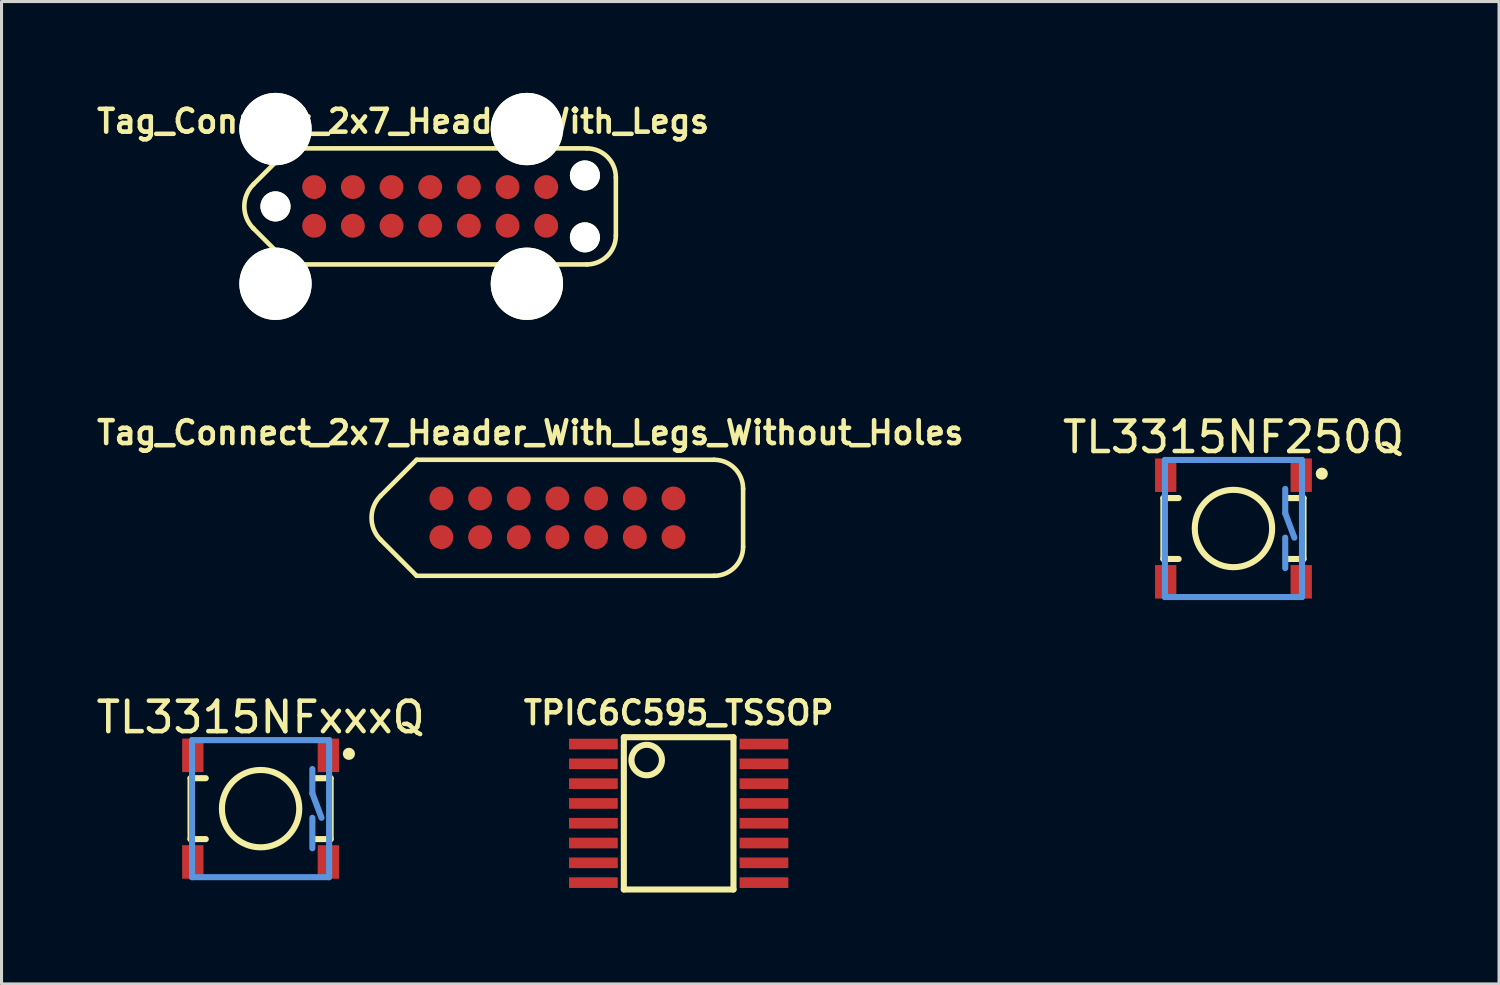
<source format=kicad_pcb>
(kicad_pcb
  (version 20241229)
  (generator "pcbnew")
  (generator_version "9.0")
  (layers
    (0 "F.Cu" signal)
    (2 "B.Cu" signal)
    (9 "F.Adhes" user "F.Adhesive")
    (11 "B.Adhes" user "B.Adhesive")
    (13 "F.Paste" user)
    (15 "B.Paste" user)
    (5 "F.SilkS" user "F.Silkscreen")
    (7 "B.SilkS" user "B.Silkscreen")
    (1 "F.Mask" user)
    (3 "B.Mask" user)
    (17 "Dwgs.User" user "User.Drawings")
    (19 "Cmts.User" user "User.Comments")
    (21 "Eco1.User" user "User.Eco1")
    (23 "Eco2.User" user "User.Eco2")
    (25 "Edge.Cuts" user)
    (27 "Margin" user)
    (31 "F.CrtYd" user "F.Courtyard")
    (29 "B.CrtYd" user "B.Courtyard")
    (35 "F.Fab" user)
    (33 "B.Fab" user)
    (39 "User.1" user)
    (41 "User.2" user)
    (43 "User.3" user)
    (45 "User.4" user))
  (footprint "TPIC6C595_TSSOP"
    (layer "F.Cu")
    (at 19.233 23.655)
    (property "Reference" "TPIC6C595_TSSOP" (at 0 -3.3 0) (layer "F.SilkS") (effects (font (size 0.75 0.75) (thickness 0.15))))
    (attr smd)
    (fp_line (start -1.8 -2.5) (end 1.8 -2.5) (stroke (width 0.2) (type solid)) (layer "F.SilkS"))
    (fp_line (start -1.8 2.5) (end -1.8 -2.5) (stroke (width 0.2) (type solid)) (layer "F.SilkS"))
    (fp_line (start 1.8 -2.5) (end 1.8 2.5) (stroke (width 0.2) (type solid)) (layer "F.SilkS"))
    (fp_line (start 1.8 2.5) (end -1.8 2.5) (stroke (width 0.2) (type solid)) (layer "F.SilkS"))
    (fp_circle (center -1.05 -1.75) (end -0.55 -1.75) (stroke (width 0.2) (type solid)) (fill no) (layer "F.SilkS"))
    (pad "1" smd rect (at -2.8 -2.275) (size 1.6 0.35) (layers "F.Cu" "F.Mask" "F.Paste"))
    (pad "2" smd rect (at -2.8 -1.625) (size 1.6 0.35) (layers "F.Cu" "F.Mask" "F.Paste"))
    (pad "3" smd rect (at -2.8 -0.975) (size 1.6 0.35) (layers "F.Cu" "F.Mask" "F.Paste"))
    (pad "4" smd rect (at -2.8 -0.325) (size 1.6 0.35) (layers "F.Cu" "F.Mask" "F.Paste"))
    (pad "5" smd rect (at -2.8 0.325) (size 1.6 0.35) (layers "F.Cu" "F.Mask" "F.Paste"))
    (pad "6" smd rect (at -2.8 0.975) (size 1.6 0.35) (layers "F.Cu" "F.Mask" "F.Paste"))
    (pad "7" smd rect (at -2.8 1.625) (size 1.6 0.35) (layers "F.Cu" "F.Mask" "F.Paste"))
    (pad "8" smd rect (at -2.8 2.275) (size 1.6 0.35) (layers "F.Cu" "F.Mask" "F.Paste"))
    (pad "9" smd rect (at 2.8 2.275) (size 1.6 0.35) (layers "F.Cu" "F.Mask" "F.Paste"))
    (pad "10" smd rect (at 2.8 1.625) (size 1.6 0.35) (layers "F.Cu" "F.Mask" "F.Paste"))
    (pad "11" smd rect (at 2.8 0.975) (size 1.6 0.35) (layers "F.Cu" "F.Mask" "F.Paste"))
    (pad "12" smd rect (at 2.8 0.325) (size 1.6 0.35) (layers "F.Cu" "F.Mask" "F.Paste"))
    (pad "13" smd rect (at 2.8 -0.325) (size 1.6 0.35) (layers "F.Cu" "F.Mask" "F.Paste"))
    (pad "14" smd rect (at 2.8 -0.975) (size 1.6 0.35) (layers "F.Cu" "F.Mask" "F.Paste"))
    (pad "15" smd rect (at 2.8 -1.625) (size 1.6 0.35) (layers "F.Cu" "F.Mask" "F.Paste"))
    (pad "16" smd rect (at 2.8 -2.275) (size 1.6 0.35) (layers "F.Cu" "F.Mask" "F.Paste")))
  (footprint "Tag_Connect_2x7_Header_With_Legs"
    (layer "F.Cu")
    (at 11.075 3.727)
    (property "Reference" "Tag_Connect_2x7_Header_With_Legs" (at -0.889 -2.794 0) (layer "F.SilkS") (effects (font (size 0.75 0.75) (thickness 0.15))))
    (attr exclude_from_pos_files exclude_from_bom)
    (fp_line (start -5.804 -0.724) (end -4.623 -1.905) (stroke (width 0.15) (type solid)) (layer "F.SilkS"))
    (fp_line (start -5.804 0.724) (end -4.623 1.905) (stroke (width 0.15) (type solid)) (layer "F.SilkS"))
    (fp_line (start 5.144 -1.905) (end -4.623 -1.905) (stroke (width 0.15) (type solid)) (layer "F.SilkS"))
    (fp_line (start 5.144 1.905) (end -4.623 1.905) (stroke (width 0.15) (type solid)) (layer "F.SilkS"))
    (fp_line (start 6.096 -0.953) (end 6.096 0.953) (stroke (width 0.15) (type solid)) (layer "F.SilkS"))
    (fp_arc (start -5.8039 0.7239) (mid -6.103749 0) (end -5.8039 -0.7239) (stroke (width 0.15) (type solid)) (layer "F.SilkS"))
    (fp_arc (start 5.1435 -1.905) (mid 5.817019 -1.626019) (end 6.096 -0.9525) (stroke (width 0.15) (type solid)) (layer "F.SilkS"))
    (fp_arc (start 6.096 0.9525) (mid 5.817019 1.626019) (end 5.1435 1.905) (stroke (width 0.15) (type solid)) (layer "F.SilkS"))
    (pad "" np_thru_hole circle (at -5.08 -2.54) (size 2.375 2.375) (drill 2.375) (layers "*.Cu" "*.Mask" "F.SilkS"))
    (pad "" np_thru_hole circle (at -5.08 0) (size 0.988 0.988) (drill 0.988) (layers "*.Cu" "*.Mask" "F.SilkS"))
    (pad "" np_thru_hole circle (at -5.08 2.54) (size 2.375 2.375) (drill 2.375) (layers "*.Cu" "*.Mask" "F.SilkS"))
    (pad "" np_thru_hole circle (at 3.175 -2.54) (size 2.375 2.375) (drill 2.375) (layers "*.Cu" "*.Mask" "F.SilkS"))
    (pad "" np_thru_hole circle (at 3.175 2.54) (size 2.375 2.375) (drill 2.375) (layers "*.Cu" "*.Mask" "F.SilkS"))
    (pad "" np_thru_hole circle (at 5.08 -1.016) (size 0.986 0.986) (drill 0.986) (layers "*.Cu" "*.Mask" "F.SilkS"))
    (pad "" np_thru_hole circle (at 5.08 1.016) (size 0.986 0.986) (drill 0.986) (layers "*.Cu" "*.Mask" "F.SilkS"))
    (pad "1" connect circle (at -3.81 0.635) (size 0.785 0.785) (layers "F.Cu" "F.Mask"))
    (pad "2" connect circle (at -2.54 0.635) (size 0.785 0.785) (layers "F.Cu" "F.Mask"))
    (pad "3" connect circle (at -1.27 0.635) (size 0.785 0.785) (layers "F.Cu" "F.Mask"))
    (pad "4" connect circle (at 0 0.635) (size 0.785 0.785) (layers "F.Cu" "F.Mask"))
    (pad "5" connect circle (at 1.27 0.635) (size 0.785 0.785) (layers "F.Cu" "F.Mask"))
    (pad "6" connect circle (at 2.54 0.635) (size 0.785 0.785) (layers "F.Cu" "F.Mask"))
    (pad "7" connect circle (at 3.81 0.635) (size 0.785 0.785) (layers "F.Cu" "F.Mask"))
    (pad "8" connect circle (at 3.81 -0.635) (size 0.785 0.785) (layers "F.Cu" "F.Mask"))
    (pad "9" connect circle (at 2.54 -0.635) (size 0.785 0.785) (layers "F.Cu" "F.Mask"))
    (pad "10" connect circle (at 1.27 -0.635) (size 0.785 0.785) (layers "F.Cu" "F.Mask"))
    (pad "11" connect circle (at 0 -0.635) (size 0.785 0.785) (layers "F.Cu" "F.Mask"))
    (pad "12" connect circle (at -1.27 -0.635) (size 0.785 0.785) (layers "F.Cu" "F.Mask"))
    (pad "13" connect circle (at -2.54 -0.635) (size 0.785 0.785) (layers "F.Cu" "F.Mask"))
    (pad "14" connect circle (at -3.81 -0.635) (size 0.785 0.785) (layers "F.Cu" "F.Mask")))
  (footprint "TL3315NFxxxQ"
    (layer "F.Cu")
    (at 5.506 23.501)
    (property "Reference" "TL3315NFxxxQ" (at 0 -3 0) (layer "F.SilkS") (effects (font (size 1 1) (thickness 0.15))))
    (attr through_hole)
    (fp_line (start -2.3 -1) (end -2.3 1) (stroke (width 0.2) (type solid)) (layer "F.SilkS"))
    (fp_line (start -2.3 1) (end -1.8 1) (stroke (width 0.2) (type solid)) (layer "F.SilkS"))
    (fp_line (start -1.8 -1) (end -2.3 -1) (stroke (width 0.2) (type solid)) (layer "F.SilkS"))
    (fp_line (start 1.8 1) (end 2.3 1) (stroke (width 0.2) (type solid)) (layer "F.SilkS"))
    (fp_line (start 2.3 -1) (end 1.8 -1) (stroke (width 0.2) (type solid)) (layer "F.SilkS"))
    (fp_line (start 2.3 1) (end 2.3 -1) (stroke (width 0.2) (type solid)) (layer "F.SilkS"))
    (fp_circle (center 0 0) (end 1.27 0) (stroke (width 0.2) (type solid)) (fill no) (layer "F.SilkS"))
    (fp_circle (center 2.9 -1.8) (end 3 -1.8) (stroke (width 0.2) (type solid)) (fill no) (layer "F.SilkS"))
    (fp_line (start -2.25 -2.25) (end -2.25 2.25) (stroke (width 0.2) (type solid)) (layer "Cmts.User"))
    (fp_line (start -2.25 2.25) (end 2.25 2.25) (stroke (width 0.2) (type solid)) (layer "Cmts.User"))
    (fp_line (start 1.7 -1.3) (end 1.7 -0.5) (stroke (width 0.2) (type solid)) (layer "Cmts.User"))
    (fp_line (start 1.7 -0.5) (end 2 0.3) (stroke (width 0.2) (type solid)) (layer "Cmts.User"))
    (fp_line (start 1.7 0.3) (end 1.7 1.3) (stroke (width 0.2) (type solid)) (layer "Cmts.User"))
    (fp_line (start 2.25 -2.25) (end -2.25 -2.25) (stroke (width 0.2) (type solid)) (layer "Cmts.User"))
    (fp_line (start 2.25 2.25) (end 2.25 -2.25) (stroke (width 0.2) (type solid)) (layer "Cmts.User"))
    (pad "1" smd rect (at 2.225 -1.75) (size 0.7 1.1) (layers "F.Cu" "F.Mask" "F.Paste"))
    (pad "2" smd rect (at 2.225 1.75) (size 0.7 1.1) (layers "F.Cu" "F.Mask" "F.Paste"))
    (pad "3" smd rect (at -2.225 1.75 180) (size 0.7 1.1) (layers "F.Cu" "F.Mask" "F.Paste"))
    (pad "4" smd rect (at -2.225 -1.75 180) (size 0.7 1.1) (layers "F.Cu" "F.Mask" "F.Paste")))
  (footprint "TL3315NF250Q"
    (layer "F.Cu")
    (at 37.449 14.303)
    (property "Reference" "TL3315NF250Q" (at 0 -3 0) (layer "F.SilkS") (effects (font (size 1 1) (thickness 0.15))))
    (attr through_hole)
    (fp_line (start -2.3 -1) (end -2.3 1) (stroke (width 0.2) (type solid)) (layer "F.SilkS"))
    (fp_line (start -2.3 1) (end -1.8 1) (stroke (width 0.2) (type solid)) (layer "F.SilkS"))
    (fp_line (start -1.8 -1) (end -2.3 -1) (stroke (width 0.2) (type solid)) (layer "F.SilkS"))
    (fp_line (start 1.8 1) (end 2.3 1) (stroke (width 0.2) (type solid)) (layer "F.SilkS"))
    (fp_line (start 2.3 -1) (end 1.8 -1) (stroke (width 0.2) (type solid)) (layer "F.SilkS"))
    (fp_line (start 2.3 1) (end 2.3 -1) (stroke (width 0.2) (type solid)) (layer "F.SilkS"))
    (fp_circle (center 0 0) (end 1.27 0) (stroke (width 0.2) (type solid)) (fill no) (layer "F.SilkS"))
    (fp_circle (center 2.9 -1.8) (end 3 -1.8) (stroke (width 0.2) (type solid)) (fill no) (layer "F.SilkS"))
    (fp_line (start -2.25 -2.25) (end -2.25 2.25) (stroke (width 0.2) (type solid)) (layer "Cmts.User"))
    (fp_line (start -2.25 2.25) (end 2.25 2.25) (stroke (width 0.2) (type solid)) (layer "Cmts.User"))
    (fp_line (start 1.7 -1.3) (end 1.7 -0.5) (stroke (width 0.2) (type solid)) (layer "Cmts.User"))
    (fp_line (start 1.7 -0.5) (end 2 0.3) (stroke (width 0.2) (type solid)) (layer "Cmts.User"))
    (fp_line (start 1.7 0.3) (end 1.7 1.3) (stroke (width 0.2) (type solid)) (layer "Cmts.User"))
    (fp_line (start 2.25 -2.25) (end -2.25 -2.25) (stroke (width 0.2) (type solid)) (layer "Cmts.User"))
    (fp_line (start 2.25 2.25) (end 2.25 -2.25) (stroke (width 0.2) (type solid)) (layer "Cmts.User"))
    (pad "1" smd rect (at 2.225 -1.75) (size 0.7 1.1) (layers "F.Cu" "F.Mask" "F.Paste"))
    (pad "2" smd rect (at 2.225 1.75) (size 0.7 1.1) (layers "F.Cu" "F.Mask" "F.Paste"))
    (pad "3" smd rect (at -2.225 1.75 180) (size 0.7 1.1) (layers "F.Cu" "F.Mask" "F.Paste"))
    (pad "4" smd rect (at -2.225 -1.75 180) (size 0.7 1.1) (layers "F.Cu" "F.Mask" "F.Paste")))
  (footprint "Tag_Connect_2x7_Header_With_Legs_Without_Holes"
    (layer "F.Cu")
    (at 15.253 13.951)
    (property "Reference" "Tag_Connect_2x7_Header_With_Legs_Without_Holes" (at -0.889 -2.794 0) (layer "F.SilkS") (effects (font (size 0.75 0.75) (thickness 0.15))))
    (attr exclude_from_pos_files exclude_from_bom)
    (fp_line (start -5.804 -0.724) (end -4.623 -1.905) (stroke (width 0.15) (type solid)) (layer "F.SilkS"))
    (fp_line (start -5.804 0.724) (end -4.623 1.905) (stroke (width 0.15) (type solid)) (layer "F.SilkS"))
    (fp_line (start 5.144 -1.905) (end -4.623 -1.905) (stroke (width 0.15) (type solid)) (layer "F.SilkS"))
    (fp_line (start 5.144 1.905) (end -4.623 1.905) (stroke (width 0.15) (type solid)) (layer "F.SilkS"))
    (fp_line (start 6.096 -0.953) (end 6.096 0.953) (stroke (width 0.15) (type solid)) (layer "F.SilkS"))
    (fp_arc (start -5.8039 0.7239) (mid -6.103749 0) (end -5.8039 -0.7239) (stroke (width 0.15) (type solid)) (layer "F.SilkS"))
    (fp_arc (start 5.1435 -1.905) (mid 5.817019 -1.626019) (end 6.096 -0.9525) (stroke (width 0.15) (type solid)) (layer "F.SilkS"))
    (fp_arc (start 6.096 0.9525) (mid 5.817019 1.626019) (end 5.1435 1.905) (stroke (width 0.15) (type solid)) (layer "F.SilkS"))
    (pad "1" connect circle (at -3.81 0.635) (size 0.785 0.785) (layers "F.Cu" "F.Mask"))
    (pad "2" connect circle (at -3.81 -0.635) (size 0.785 0.785) (layers "F.Cu" "F.Mask"))
    (pad "3" connect circle (at -2.54 0.635) (size 0.785 0.785) (layers "F.Cu" "F.Mask"))
    (pad "4" connect circle (at -2.54 -0.635) (size 0.785 0.785) (layers "F.Cu" "F.Mask"))
    (pad "5" connect circle (at -1.27 0.635) (size 0.785 0.785) (layers "F.Cu" "F.Mask"))
    (pad "6" connect circle (at -1.27 -0.635) (size 0.785 0.785) (layers "F.Cu" "F.Mask"))
    (pad "7" connect circle (at 0 0.635) (size 0.785 0.785) (layers "F.Cu" "F.Mask"))
    (pad "8" connect circle (at 0 -0.635) (size 0.785 0.785) (layers "F.Cu" "F.Mask"))
    (pad "9" connect circle (at 1.27 0.635) (size 0.785 0.785) (layers "F.Cu" "F.Mask"))
    (pad "10" connect circle (at 1.27 -0.635) (size 0.785 0.785) (layers "F.Cu" "F.Mask"))
    (pad "11" connect circle (at 2.54 0.635) (size 0.785 0.785) (layers "F.Cu" "F.Mask"))
    (pad "12" connect circle (at 2.54 -0.635) (size 0.785 0.785) (layers "F.Cu" "F.Mask"))
    (pad "13" connect circle (at 3.81 0.635) (size 0.785 0.785) (layers "F.Cu" "F.Mask"))
    (pad "14" connect circle (at 3.81 -0.635) (size 0.785 0.785) (layers "F.Cu" "F.Mask")))
  (gr_rect
    (start -3 -3)
    (end 46.169 29.255)
    (stroke (width 0.1) (type default))
    (fill no)
    (layer "Edge.Cuts")))
</source>
